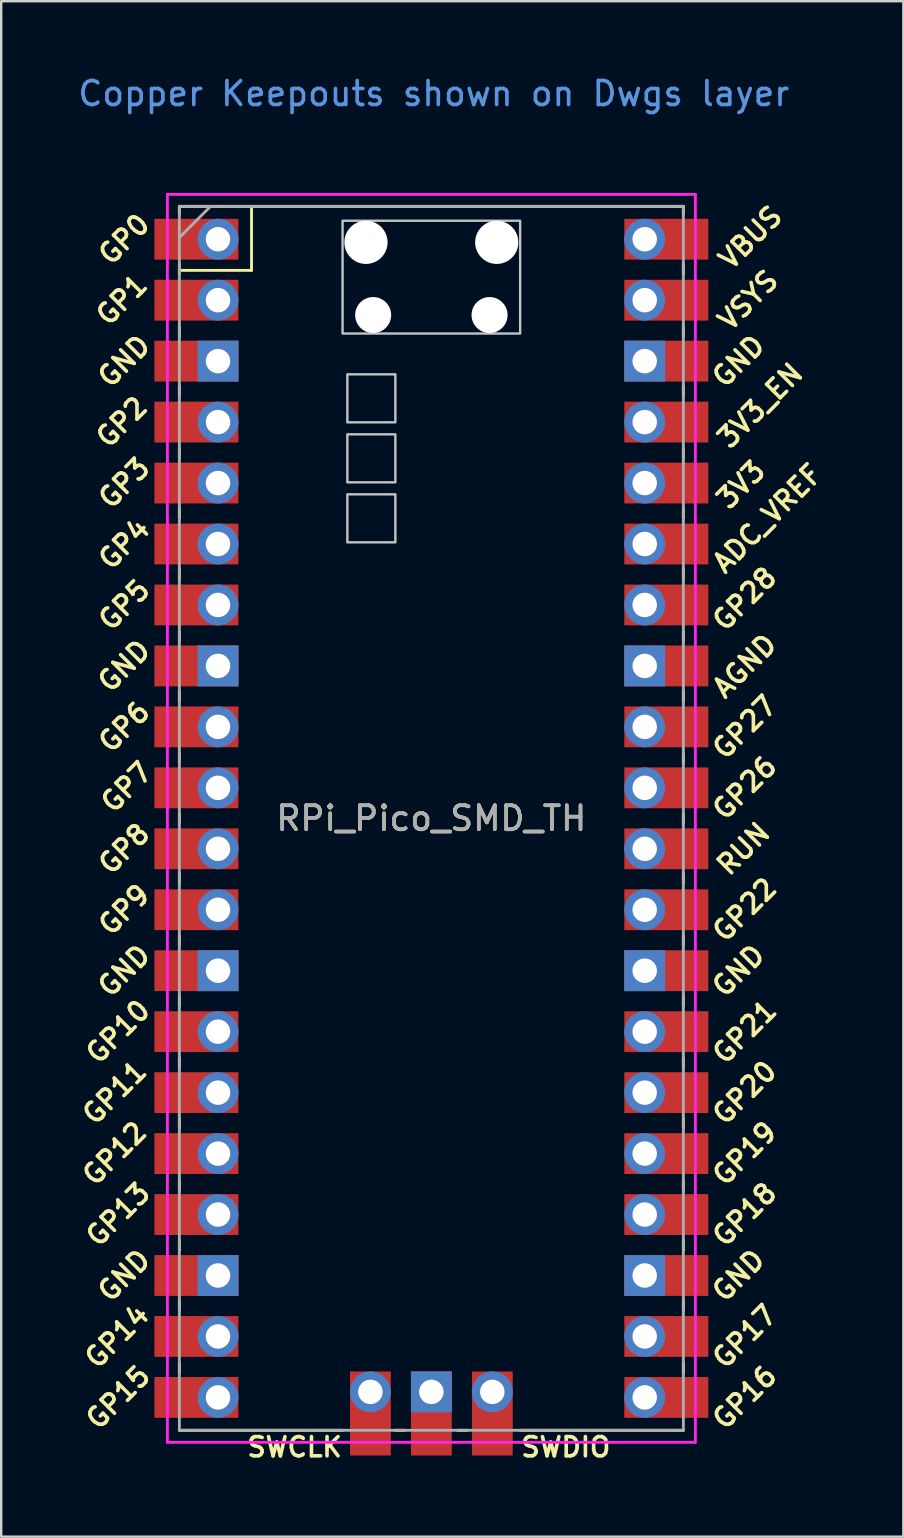
<source format=kicad_pcb>
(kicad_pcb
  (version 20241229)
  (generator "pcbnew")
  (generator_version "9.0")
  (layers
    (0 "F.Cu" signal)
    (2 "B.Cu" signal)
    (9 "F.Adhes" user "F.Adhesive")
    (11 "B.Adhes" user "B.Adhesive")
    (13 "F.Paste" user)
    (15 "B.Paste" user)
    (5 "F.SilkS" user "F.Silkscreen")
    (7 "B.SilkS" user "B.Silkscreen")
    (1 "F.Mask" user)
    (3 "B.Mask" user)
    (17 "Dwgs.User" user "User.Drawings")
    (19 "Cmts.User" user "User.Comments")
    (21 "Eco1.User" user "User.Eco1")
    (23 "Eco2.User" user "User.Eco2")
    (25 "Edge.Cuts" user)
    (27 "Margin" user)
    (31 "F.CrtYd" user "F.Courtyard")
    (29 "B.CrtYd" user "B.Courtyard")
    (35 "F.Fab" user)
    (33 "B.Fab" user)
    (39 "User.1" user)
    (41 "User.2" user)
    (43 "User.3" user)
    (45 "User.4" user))
  (footprint "RPi_Pico_SMD_TH"
    (layer "F.Cu")
    (at 14.924 31.048)
    (property "Reference" "RPi_Pico_SMD_TH" (at 0 0 0) (layer "F.SilkS") (effects (font (size 1 1) (thickness 0.15))))
    (attr through_hole)
    (fp_line (start -10.5 -25.5) (end -10.5 -25.2) (stroke (width 0.12) (type solid)) (layer "F.SilkS"))
    (fp_line (start -10.5 -25.5) (end 10.5 -25.5) (stroke (width 0.12) (type solid)) (layer "F.SilkS"))
    (fp_line (start -10.5 -23.1) (end -10.5 -22.7) (stroke (width 0.12) (type solid)) (layer "F.SilkS"))
    (fp_line (start -10.5 -22.833) (end -7.493 -22.833) (stroke (width 0.12) (type solid)) (layer "F.SilkS"))
    (fp_line (start -10.5 -20.5) (end -10.5 -20.1) (stroke (width 0.12) (type solid)) (layer "F.SilkS"))
    (fp_line (start -10.5 -18) (end -10.5 -17.6) (stroke (width 0.12) (type solid)) (layer "F.SilkS"))
    (fp_line (start -10.5 -15.4) (end -10.5 -15) (stroke (width 0.12) (type solid)) (layer "F.SilkS"))
    (fp_line (start -10.5 -12.9) (end -10.5 -12.5) (stroke (width 0.12) (type solid)) (layer "F.SilkS"))
    (fp_line (start -10.5 -10.4) (end -10.5 -10) (stroke (width 0.12) (type solid)) (layer "F.SilkS"))
    (fp_line (start -10.5 -7.8) (end -10.5 -7.4) (stroke (width 0.12) (type solid)) (layer "F.SilkS"))
    (fp_line (start -10.5 -5.3) (end -10.5 -4.9) (stroke (width 0.12) (type solid)) (layer "F.SilkS"))
    (fp_line (start -10.5 -2.7) (end -10.5 -2.3) (stroke (width 0.12) (type solid)) (layer "F.SilkS"))
    (fp_line (start -10.5 -0.2) (end -10.5 0.2) (stroke (width 0.12) (type solid)) (layer "F.SilkS"))
    (fp_line (start -10.5 2.3) (end -10.5 2.7) (stroke (width 0.12) (type solid)) (layer "F.SilkS"))
    (fp_line (start -10.5 4.9) (end -10.5 5.3) (stroke (width 0.12) (type solid)) (layer "F.SilkS"))
    (fp_line (start -10.5 7.4) (end -10.5 7.8) (stroke (width 0.12) (type solid)) (layer "F.SilkS"))
    (fp_line (start -10.5 10) (end -10.5 10.4) (stroke (width 0.12) (type solid)) (layer "F.SilkS"))
    (fp_line (start -10.5 12.5) (end -10.5 12.9) (stroke (width 0.12) (type solid)) (layer "F.SilkS"))
    (fp_line (start -10.5 15.1) (end -10.5 15.5) (stroke (width 0.12) (type solid)) (layer "F.SilkS"))
    (fp_line (start -10.5 17.6) (end -10.5 18) (stroke (width 0.12) (type solid)) (layer "F.SilkS"))
    (fp_line (start -10.5 20.1) (end -10.5 20.5) (stroke (width 0.12) (type solid)) (layer "F.SilkS"))
    (fp_line (start -10.5 22.7) (end -10.5 23.1) (stroke (width 0.12) (type solid)) (layer "F.SilkS"))
    (fp_line (start -7.493 -22.833) (end -7.493 -25.5) (stroke (width 0.12) (type solid)) (layer "F.SilkS"))
    (fp_line (start -3.7 25.5) (end -10.5 25.5) (stroke (width 0.12) (type solid)) (layer "F.SilkS"))
    (fp_line (start -1.5 25.5) (end -1.1 25.5) (stroke (width 0.12) (type solid)) (layer "F.SilkS"))
    (fp_line (start 1.1 25.5) (end 1.5 25.5) (stroke (width 0.12) (type solid)) (layer "F.SilkS"))
    (fp_line (start 10.5 -25.5) (end 10.5 -25.2) (stroke (width 0.12) (type solid)) (layer "F.SilkS"))
    (fp_line (start 10.5 -23.1) (end 10.5 -22.7) (stroke (width 0.12) (type solid)) (layer "F.SilkS"))
    (fp_line (start 10.5 -20.5) (end 10.5 -20.1) (stroke (width 0.12) (type solid)) (layer "F.SilkS"))
    (fp_line (start 10.5 -18) (end 10.5 -17.6) (stroke (width 0.12) (type solid)) (layer "F.SilkS"))
    (fp_line (start 10.5 -15.4) (end 10.5 -15) (stroke (width 0.12) (type solid)) (layer "F.SilkS"))
    (fp_line (start 10.5 -12.9) (end 10.5 -12.5) (stroke (width 0.12) (type solid)) (layer "F.SilkS"))
    (fp_line (start 10.5 -10.4) (end 10.5 -10) (stroke (width 0.12) (type solid)) (layer "F.SilkS"))
    (fp_line (start 10.5 -7.8) (end 10.5 -7.4) (stroke (width 0.12) (type solid)) (layer "F.SilkS"))
    (fp_line (start 10.5 -5.3) (end 10.5 -4.9) (stroke (width 0.12) (type solid)) (layer "F.SilkS"))
    (fp_line (start 10.5 -2.7) (end 10.5 -2.3) (stroke (width 0.12) (type solid)) (layer "F.SilkS"))
    (fp_line (start 10.5 -0.2) (end 10.5 0.2) (stroke (width 0.12) (type solid)) (layer "F.SilkS"))
    (fp_line (start 10.5 2.3) (end 10.5 2.7) (stroke (width 0.12) (type solid)) (layer "F.SilkS"))
    (fp_line (start 10.5 4.9) (end 10.5 5.3) (stroke (width 0.12) (type solid)) (layer "F.SilkS"))
    (fp_line (start 10.5 7.4) (end 10.5 7.8) (stroke (width 0.12) (type solid)) (layer "F.SilkS"))
    (fp_line (start 10.5 10) (end 10.5 10.4) (stroke (width 0.12) (type solid)) (layer "F.SilkS"))
    (fp_line (start 10.5 12.5) (end 10.5 12.9) (stroke (width 0.12) (type solid)) (layer "F.SilkS"))
    (fp_line (start 10.5 15.1) (end 10.5 15.5) (stroke (width 0.12) (type solid)) (layer "F.SilkS"))
    (fp_line (start 10.5 17.6) (end 10.5 18) (stroke (width 0.12) (type solid)) (layer "F.SilkS"))
    (fp_line (start 10.5 20.1) (end 10.5 20.5) (stroke (width 0.12) (type solid)) (layer "F.SilkS"))
    (fp_line (start 10.5 22.7) (end 10.5 23.1) (stroke (width 0.12) (type solid)) (layer "F.SilkS"))
    (fp_line (start 10.5 25.5) (end 3.7 25.5) (stroke (width 0.12) (type solid)) (layer "F.SilkS"))
    (fp_poly (pts (xy -1.5 -16.5) (xy -3.5 -16.5) (xy -3.5 -18.5) (xy -1.5 -18.5)) (stroke (width 0.1) (type solid)) (fill no) (layer "Dwgs.User"))
    (fp_poly (pts (xy -1.5 -14) (xy -3.5 -14) (xy -3.5 -16) (xy -1.5 -16)) (stroke (width 0.1) (type solid)) (fill no) (layer "Dwgs.User"))
    (fp_poly (pts (xy -1.5 -11.5) (xy -3.5 -11.5) (xy -3.5 -13.5) (xy -1.5 -13.5)) (stroke (width 0.1) (type solid)) (fill no) (layer "Dwgs.User"))
    (fp_poly (pts (xy 3.7 -20.2) (xy -3.7 -20.2) (xy -3.7 -24.9) (xy 3.7 -24.9)) (stroke (width 0.1) (type solid)) (fill no) (layer "Dwgs.User"))
    (fp_line (start -11 -26) (end 11 -26) (stroke (width 0.12) (type solid)) (layer "F.CrtYd"))
    (fp_line (start -11 26) (end -11 -26) (stroke (width 0.12) (type solid)) (layer "F.CrtYd"))
    (fp_line (start 11 -26) (end 11 26) (stroke (width 0.12) (type solid)) (layer "F.CrtYd"))
    (fp_line (start 11 26) (end -11 26) (stroke (width 0.12) (type solid)) (layer "F.CrtYd"))
    (fp_line (start -10.5 -25.5) (end 10.5 -25.5) (stroke (width 0.12) (type solid)) (layer "F.Fab"))
    (fp_line (start -10.5 -24.2) (end -9.2 -25.5) (stroke (width 0.12) (type solid)) (layer "F.Fab"))
    (fp_line (start -10.5 25.5) (end -10.5 -25.5) (stroke (width 0.12) (type solid)) (layer "F.Fab"))
    (fp_line (start 10.5 -25.5) (end 10.5 25.5) (stroke (width 0.12) (type solid)) (layer "F.Fab"))
    (fp_line (start 10.5 25.5) (end -10.5 25.5) (stroke (width 0.12) (type solid)) (layer "F.Fab"))
    (fp_text user "GP13" (at -13.054 16.51 45) (layer "F.SilkS") (effects (font (size 0.8 0.8) (thickness 0.15))))
    (fp_text user "GP20" (at 13.054 11.43 45) (layer "F.SilkS") (effects (font (size 0.8 0.8) (thickness 0.15))))
    (fp_text user "SWDIO" (at 5.6 26.2 0) (layer "F.SilkS") (effects (font (size 0.8 0.8) (thickness 0.15))))
    (fp_text user "GP10" (at -13.054 8.89 45) (layer "F.SilkS") (effects (font (size 0.8 0.8) (thickness 0.15))))
    (fp_text user "3V3" (at 12.9 -13.9 45) (layer "F.SilkS") (effects (font (size 0.8 0.8) (thickness 0.15))))
    (fp_text user "GP1" (at -12.9 -21.6 45) (layer "F.SilkS") (effects (font (size 0.8 0.8) (thickness 0.15))))
    (fp_text user "GND" (at 12.8 -19.05 45) (layer "F.SilkS") (effects (font (size 0.8 0.8) (thickness 0.15))))
    (fp_text user "GP28" (at 13.054 -9.144 45) (layer "F.SilkS") (effects (font (size 0.8 0.8) (thickness 0.15))))
    (fp_text user "GP0" (at -12.8 -24.13 45) (layer "F.SilkS") (effects (font (size 0.8 0.8) (thickness 0.15))))
    (fp_text user "SWCLK" (at -5.7 26.2 0) (layer "F.SilkS") (effects (font (size 0.8 0.8) (thickness 0.15))))
    (fp_text user "GP8" (at -12.8 1.27 45) (layer "F.SilkS") (effects (font (size 0.8 0.8) (thickness 0.15))))
    (fp_text user "GP16" (at 13.054 24.13 45) (layer "F.SilkS") (effects (font (size 0.8 0.8) (thickness 0.15))))
    (fp_text user "VBUS" (at 13.3 -24.2 45) (layer "F.SilkS") (effects (font (size 0.8 0.8) (thickness 0.15))))
    (fp_text user "ADC_VREF" (at 14 -12.5 45) (layer "F.SilkS") (effects (font (size 0.8 0.8) (thickness 0.15))))
    (fp_text user "GND" (at -12.8 -6.35 45) (layer "F.SilkS") (effects (font (size 0.8 0.8) (thickness 0.15))))
    (fp_text user "GND" (at 12.8 6.35 45) (layer "F.SilkS") (effects (font (size 0.8 0.8) (thickness 0.15))))
    (fp_text user "GND" (at -12.8 6.35 45) (layer "F.SilkS") (effects (font (size 0.8 0.8) (thickness 0.15))))
    (fp_text user "AGND" (at 13.054 -6.35 45) (layer "F.SilkS") (effects (font (size 0.8 0.8) (thickness 0.15))))
    (fp_text user "GP27" (at 13.054 -3.8 45) (layer "F.SilkS") (effects (font (size 0.8 0.8) (thickness 0.15))))
    (fp_text user "GP5" (at -12.8 -8.89 45) (layer "F.SilkS") (effects (font (size 0.8 0.8) (thickness 0.15))))
    (fp_text user "3V3_EN" (at 13.7 -17.2 45) (layer "F.SilkS") (effects (font (size 0.8 0.8) (thickness 0.15))))
    (fp_text user "GND" (at -12.8 -19.05 45) (layer "F.SilkS") (effects (font (size 0.8 0.8) (thickness 0.15))))
    (fp_text user "GND" (at 12.8 19.05 45) (layer "F.SilkS") (effects (font (size 0.8 0.8) (thickness 0.15))))
    (fp_text user "GP18" (at 13.054 16.51 45) (layer "F.SilkS") (effects (font (size 0.8 0.8) (thickness 0.15))))
    (fp_text user "GP7" (at -12.7 -1.3 45) (layer "F.SilkS") (effects (font (size 0.8 0.8) (thickness 0.15))))
    (fp_text user "GND" (at -12.8 19.05 45) (layer "F.SilkS") (effects (font (size 0.8 0.8) (thickness 0.15))))
    (fp_text user "GP17" (at 13.054 21.59 45) (layer "F.SilkS") (effects (font (size 0.8 0.8) (thickness 0.15))))
    (fp_text user "GP19" (at 13.054 13.97 45) (layer "F.SilkS") (effects (font (size 0.8 0.8) (thickness 0.15))))
    (fp_text user "GP9" (at -12.8 3.81 45) (layer "F.SilkS") (effects (font (size 0.8 0.8) (thickness 0.15))))
    (fp_text user "GP4" (at -12.8 -11.43 45) (layer "F.SilkS") (effects (font (size 0.8 0.8) (thickness 0.15))))
    (fp_text user "GP2" (at -12.9 -16.51 45) (layer "F.SilkS") (effects (font (size 0.8 0.8) (thickness 0.15))))
    (fp_text user "GP22" (at 13.054 3.81 45) (layer "F.SilkS") (effects (font (size 0.8 0.8) (thickness 0.15))))
    (fp_text user "GP14" (at -13.1 21.59 45) (layer "F.SilkS") (effects (font (size 0.8 0.8) (thickness 0.15))))
    (fp_text user "RUN" (at 13 1.27 45) (layer "F.SilkS") (effects (font (size 0.8 0.8) (thickness 0.15))))
    (fp_text user "GP6" (at -12.8 -3.81 45) (layer "F.SilkS") (effects (font (size 0.8 0.8) (thickness 0.15))))
    (fp_text user "GP15" (at -13.054 24.13 45) (layer "F.SilkS") (effects (font (size 0.8 0.8) (thickness 0.15))))
    (fp_text user "GP3" (at -12.8 -13.97 45) (layer "F.SilkS") (effects (font (size 0.8 0.8) (thickness 0.15))))
    (fp_text user "GP12" (at -13.2 13.97 45) (layer "F.SilkS") (effects (font (size 0.8 0.8) (thickness 0.15))))
    (fp_text user "GP21" (at 13.054 8.9 45) (layer "F.SilkS") (effects (font (size 0.8 0.8) (thickness 0.15))))
    (fp_text user "GP26" (at 13.054 -1.27 45) (layer "F.SilkS") (effects (font (size 0.8 0.8) (thickness 0.15))))
    (fp_text user "GP11" (at -13.2 11.43 45) (layer "F.SilkS") (effects (font (size 0.8 0.8) (thickness 0.15))))
    (fp_text user "VSYS" (at 13.2 -21.59 45) (layer "F.SilkS") (effects (font (size 0.8 0.8) (thickness 0.15))))
    (fp_text user "Copper Keepouts shown on Dwgs layer" (at 0.1 -30.2 0) (layer "Cmts.User") (effects (font (size 1 1) (thickness 0.15))))
    (fp_text user "${REFERENCE}" (at 0 0 180) (layer "F.Fab") (effects (font (size 1 1) (thickness 0.15))))
    (pad "" np_thru_hole oval (at -2.725 -24) (size 1.8 1.8) (drill 1.8) (layers "*.Cu" "*.Mask"))
    (pad "" np_thru_hole oval (at -2.425 -20.97) (size 1.5 1.5) (drill 1.5) (layers "*.Cu" "*.Mask"))
    (pad "" np_thru_hole oval (at 2.425 -20.97) (size 1.5 1.5) (drill 1.5) (layers "*.Cu" "*.Mask"))
    (pad "" np_thru_hole oval (at 2.725 -24) (size 1.8 1.8) (drill 1.8) (layers "*.Cu" "*.Mask"))
    (pad "1" thru_hole oval (at -8.89 -24.13) (size 1.7 1.7) (drill 1.02) (layers "*.Cu" "*.Mask"))
    (pad "1" smd rect (at -8.89 -24.13) (size 3.5 1.7) (drill (offset -0.9 0)) (layers "F.Cu" "F.Mask"))
    (pad "2" thru_hole oval (at -8.89 -21.59) (size 1.7 1.7) (drill 1.02) (layers "*.Cu" "*.Mask"))
    (pad "2" smd rect (at -8.89 -21.59) (size 3.5 1.7) (drill (offset -0.9 0)) (layers "F.Cu" "F.Mask"))
    (pad "3" thru_hole rect (at -8.89 -19.05) (size 1.7 1.7) (drill 1.02) (layers "*.Cu" "*.Mask"))
    (pad "3" smd rect (at -8.89 -19.05) (size 3.5 1.7) (drill (offset -0.9 0)) (layers "F.Cu" "F.Mask"))
    (pad "4" thru_hole oval (at -8.89 -16.51) (size 1.7 1.7) (drill 1.02) (layers "*.Cu" "*.Mask"))
    (pad "4" smd rect (at -8.89 -16.51) (size 3.5 1.7) (drill (offset -0.9 0)) (layers "F.Cu" "F.Mask"))
    (pad "5" thru_hole oval (at -8.89 -13.97) (size 1.7 1.7) (drill 1.02) (layers "*.Cu" "*.Mask"))
    (pad "5" smd rect (at -8.89 -13.97) (size 3.5 1.7) (drill (offset -0.9 0)) (layers "F.Cu" "F.Mask"))
    (pad "6" thru_hole oval (at -8.89 -11.43) (size 1.7 1.7) (drill 1.02) (layers "*.Cu" "*.Mask"))
    (pad "6" smd rect (at -8.89 -11.43) (size 3.5 1.7) (drill (offset -0.9 0)) (layers "F.Cu" "F.Mask"))
    (pad "7" thru_hole oval (at -8.89 -8.89) (size 1.7 1.7) (drill 1.02) (layers "*.Cu" "*.Mask"))
    (pad "7" smd rect (at -8.89 -8.89) (size 3.5 1.7) (drill (offset -0.9 0)) (layers "F.Cu" "F.Mask"))
    (pad "8" thru_hole rect (at -8.89 -6.35) (size 1.7 1.7) (drill 1.02) (layers "*.Cu" "*.Mask"))
    (pad "8" smd rect (at -8.89 -6.35) (size 3.5 1.7) (drill (offset -0.9 0)) (layers "F.Cu" "F.Mask"))
    (pad "9" thru_hole oval (at -8.89 -3.81) (size 1.7 1.7) (drill 1.02) (layers "*.Cu" "*.Mask"))
    (pad "9" smd rect (at -8.89 -3.81) (size 3.5 1.7) (drill (offset -0.9 0)) (layers "F.Cu" "F.Mask"))
    (pad "10" thru_hole oval (at -8.89 -1.27) (size 1.7 1.7) (drill 1.02) (layers "*.Cu" "*.Mask"))
    (pad "10" smd rect (at -8.89 -1.27) (size 3.5 1.7) (drill (offset -0.9 0)) (layers "F.Cu" "F.Mask"))
    (pad "11" thru_hole oval (at -8.89 1.27) (size 1.7 1.7) (drill 1.02) (layers "*.Cu" "*.Mask"))
    (pad "11" smd rect (at -8.89 1.27) (size 3.5 1.7) (drill (offset -0.9 0)) (layers "F.Cu" "F.Mask"))
    (pad "12" thru_hole oval (at -8.89 3.81) (size 1.7 1.7) (drill 1.02) (layers "*.Cu" "*.Mask"))
    (pad "12" smd rect (at -8.89 3.81) (size 3.5 1.7) (drill (offset -0.9 0)) (layers "F.Cu" "F.Mask"))
    (pad "13" thru_hole rect (at -8.89 6.35) (size 1.7 1.7) (drill 1.02) (layers "*.Cu" "*.Mask"))
    (pad "13" smd rect (at -8.89 6.35) (size 3.5 1.7) (drill (offset -0.9 0)) (layers "F.Cu" "F.Mask"))
    (pad "14" thru_hole oval (at -8.89 8.89) (size 1.7 1.7) (drill 1.02) (layers "*.Cu" "*.Mask"))
    (pad "14" smd rect (at -8.89 8.89) (size 3.5 1.7) (drill (offset -0.9 0)) (layers "F.Cu" "F.Mask"))
    (pad "15" thru_hole oval (at -8.89 11.43) (size 1.7 1.7) (drill 1.02) (layers "*.Cu" "*.Mask"))
    (pad "15" smd rect (at -8.89 11.43) (size 3.5 1.7) (drill (offset -0.9 0)) (layers "F.Cu" "F.Mask"))
    (pad "16" thru_hole oval (at -8.89 13.97) (size 1.7 1.7) (drill 1.02) (layers "*.Cu" "*.Mask"))
    (pad "16" smd rect (at -8.89 13.97) (size 3.5 1.7) (drill (offset -0.9 0)) (layers "F.Cu" "F.Mask"))
    (pad "17" thru_hole oval (at -8.89 16.51) (size 1.7 1.7) (drill 1.02) (layers "*.Cu" "*.Mask"))
    (pad "17" smd rect (at -8.89 16.51) (size 3.5 1.7) (drill (offset -0.9 0)) (layers "F.Cu" "F.Mask"))
    (pad "18" thru_hole rect (at -8.89 19.05) (size 1.7 1.7) (drill 1.02) (layers "*.Cu" "*.Mask"))
    (pad "18" smd rect (at -8.89 19.05) (size 3.5 1.7) (drill (offset -0.9 0)) (layers "F.Cu" "F.Mask"))
    (pad "19" thru_hole oval (at -8.89 21.59) (size 1.7 1.7) (drill 1.02) (layers "*.Cu" "*.Mask"))
    (pad "19" smd rect (at -8.89 21.59) (size 3.5 1.7) (drill (offset -0.9 0)) (layers "F.Cu" "F.Mask"))
    (pad "20" thru_hole oval (at -8.89 24.13) (size 1.7 1.7) (drill 1.02) (layers "*.Cu" "*.Mask"))
    (pad "20" smd rect (at -8.89 24.13) (size 3.5 1.7) (drill (offset -0.9 0)) (layers "F.Cu" "F.Mask"))
    (pad "21" thru_hole oval (at 8.89 24.13) (size 1.7 1.7) (drill 1.02) (layers "*.Cu" "*.Mask"))
    (pad "21" smd rect (at 8.89 24.13) (size 3.5 1.7) (drill (offset 0.9 0)) (layers "F.Cu" "F.Mask"))
    (pad "22" thru_hole oval (at 8.89 21.59) (size 1.7 1.7) (drill 1.02) (layers "*.Cu" "*.Mask"))
    (pad "22" smd rect (at 8.89 21.59) (size 3.5 1.7) (drill (offset 0.9 0)) (layers "F.Cu" "F.Mask"))
    (pad "23" thru_hole rect (at 8.89 19.05) (size 1.7 1.7) (drill 1.02) (layers "*.Cu" "*.Mask"))
    (pad "23" smd rect (at 8.89 19.05) (size 3.5 1.7) (drill (offset 0.9 0)) (layers "F.Cu" "F.Mask"))
    (pad "24" thru_hole oval (at 8.89 16.51) (size 1.7 1.7) (drill 1.02) (layers "*.Cu" "*.Mask"))
    (pad "24" smd rect (at 8.89 16.51) (size 3.5 1.7) (drill (offset 0.9 0)) (layers "F.Cu" "F.Mask"))
    (pad "25" thru_hole oval (at 8.89 13.97) (size 1.7 1.7) (drill 1.02) (layers "*.Cu" "*.Mask"))
    (pad "25" smd rect (at 8.89 13.97) (size 3.5 1.7) (drill (offset 0.9 0)) (layers "F.Cu" "F.Mask"))
    (pad "26" thru_hole oval (at 8.89 11.43) (size 1.7 1.7) (drill 1.02) (layers "*.Cu" "*.Mask"))
    (pad "26" smd rect (at 8.89 11.43) (size 3.5 1.7) (drill (offset 0.9 0)) (layers "F.Cu" "F.Mask"))
    (pad "27" thru_hole oval (at 8.89 8.89) (size 1.7 1.7) (drill 1.02) (layers "*.Cu" "*.Mask"))
    (pad "27" smd rect (at 8.89 8.89) (size 3.5 1.7) (drill (offset 0.9 0)) (layers "F.Cu" "F.Mask"))
    (pad "28" thru_hole rect (at 8.89 6.35) (size 1.7 1.7) (drill 1.02) (layers "*.Cu" "*.Mask"))
    (pad "28" smd rect (at 8.89 6.35) (size 3.5 1.7) (drill (offset 0.9 0)) (layers "F.Cu" "F.Mask"))
    (pad "29" thru_hole oval (at 8.89 3.81) (size 1.7 1.7) (drill 1.02) (layers "*.Cu" "*.Mask"))
    (pad "29" smd rect (at 8.89 3.81) (size 3.5 1.7) (drill (offset 0.9 0)) (layers "F.Cu" "F.Mask"))
    (pad "30" thru_hole oval (at 8.89 1.27) (size 1.7 1.7) (drill 1.02) (layers "*.Cu" "*.Mask"))
    (pad "30" smd rect (at 8.89 1.27) (size 3.5 1.7) (drill (offset 0.9 0)) (layers "F.Cu" "F.Mask"))
    (pad "31" thru_hole oval (at 8.89 -1.27) (size 1.7 1.7) (drill 1.02) (layers "*.Cu" "*.Mask"))
    (pad "31" smd rect (at 8.89 -1.27) (size 3.5 1.7) (drill (offset 0.9 0)) (layers "F.Cu" "F.Mask"))
    (pad "32" thru_hole oval (at 8.89 -3.81) (size 1.7 1.7) (drill 1.02) (layers "*.Cu" "*.Mask"))
    (pad "32" smd rect (at 8.89 -3.81) (size 3.5 1.7) (drill (offset 0.9 0)) (layers "F.Cu" "F.Mask"))
    (pad "33" thru_hole rect (at 8.89 -6.35) (size 1.7 1.7) (drill 1.02) (layers "*.Cu" "*.Mask"))
    (pad "33" smd rect (at 8.89 -6.35) (size 3.5 1.7) (drill (offset 0.9 0)) (layers "F.Cu" "F.Mask"))
    (pad "34" thru_hole oval (at 8.89 -8.89) (size 1.7 1.7) (drill 1.02) (layers "*.Cu" "*.Mask"))
    (pad "34" smd rect (at 8.89 -8.89) (size 3.5 1.7) (drill (offset 0.9 0)) (layers "F.Cu" "F.Mask"))
    (pad "35" thru_hole oval (at 8.89 -11.43) (size 1.7 1.7) (drill 1.02) (layers "*.Cu" "*.Mask"))
    (pad "35" smd rect (at 8.89 -11.43) (size 3.5 1.7) (drill (offset 0.9 0)) (layers "F.Cu" "F.Mask"))
    (pad "36" thru_hole oval (at 8.89 -13.97) (size 1.7 1.7) (drill 1.02) (layers "*.Cu" "*.Mask"))
    (pad "36" smd rect (at 8.89 -13.97) (size 3.5 1.7) (drill (offset 0.9 0)) (layers "F.Cu" "F.Mask"))
    (pad "37" thru_hole oval (at 8.89 -16.51) (size 1.7 1.7) (drill 1.02) (layers "*.Cu" "*.Mask"))
    (pad "37" smd rect (at 8.89 -16.51) (size 3.5 1.7) (drill (offset 0.9 0)) (layers "F.Cu" "F.Mask"))
    (pad "38" thru_hole rect (at 8.89 -19.05) (size 1.7 1.7) (drill 1.02) (layers "*.Cu" "*.Mask"))
    (pad "38" smd rect (at 8.89 -19.05) (size 3.5 1.7) (drill (offset 0.9 0)) (layers "F.Cu" "F.Mask"))
    (pad "39" thru_hole oval (at 8.89 -21.59) (size 1.7 1.7) (drill 1.02) (layers "*.Cu" "*.Mask"))
    (pad "39" smd rect (at 8.89 -21.59) (size 3.5 1.7) (drill (offset 0.9 0)) (layers "F.Cu" "F.Mask"))
    (pad "40" thru_hole oval (at 8.89 -24.13) (size 1.7 1.7) (drill 1.02) (layers "*.Cu" "*.Mask"))
    (pad "40" smd rect (at 8.89 -24.13) (size 3.5 1.7) (drill (offset 0.9 0)) (layers "F.Cu" "F.Mask"))
    (pad "41" thru_hole oval (at -2.54 23.9) (size 1.7 1.7) (drill 1.02) (layers "*.Cu" "*.Mask"))
    (pad "41" smd rect (at -2.54 23.9 90) (size 3.5 1.7) (drill (offset -0.9 0)) (layers "F.Cu" "F.Mask"))
    (pad "42" thru_hole rect (at 0 23.9) (size 1.7 1.7) (drill 1.02) (layers "*.Cu" "*.Mask"))
    (pad "42" smd rect (at 0 23.9 90) (size 3.5 1.7) (drill (offset -0.9 0)) (layers "F.Cu" "F.Mask"))
    (pad "43" thru_hole oval (at 2.54 23.9) (size 1.7 1.7) (drill 1.02) (layers "*.Cu" "*.Mask"))
    (pad "43" smd rect (at 2.54 23.9 90) (size 3.5 1.7) (drill (offset -0.9 0)) (layers "F.Cu" "F.Mask")))
  (gr_rect
    (start -3 -3)
    (end 34.591 60.98)
    (stroke (width 0.1) (type default))
    (fill no)
    (layer "Edge.Cuts")))
</source>
